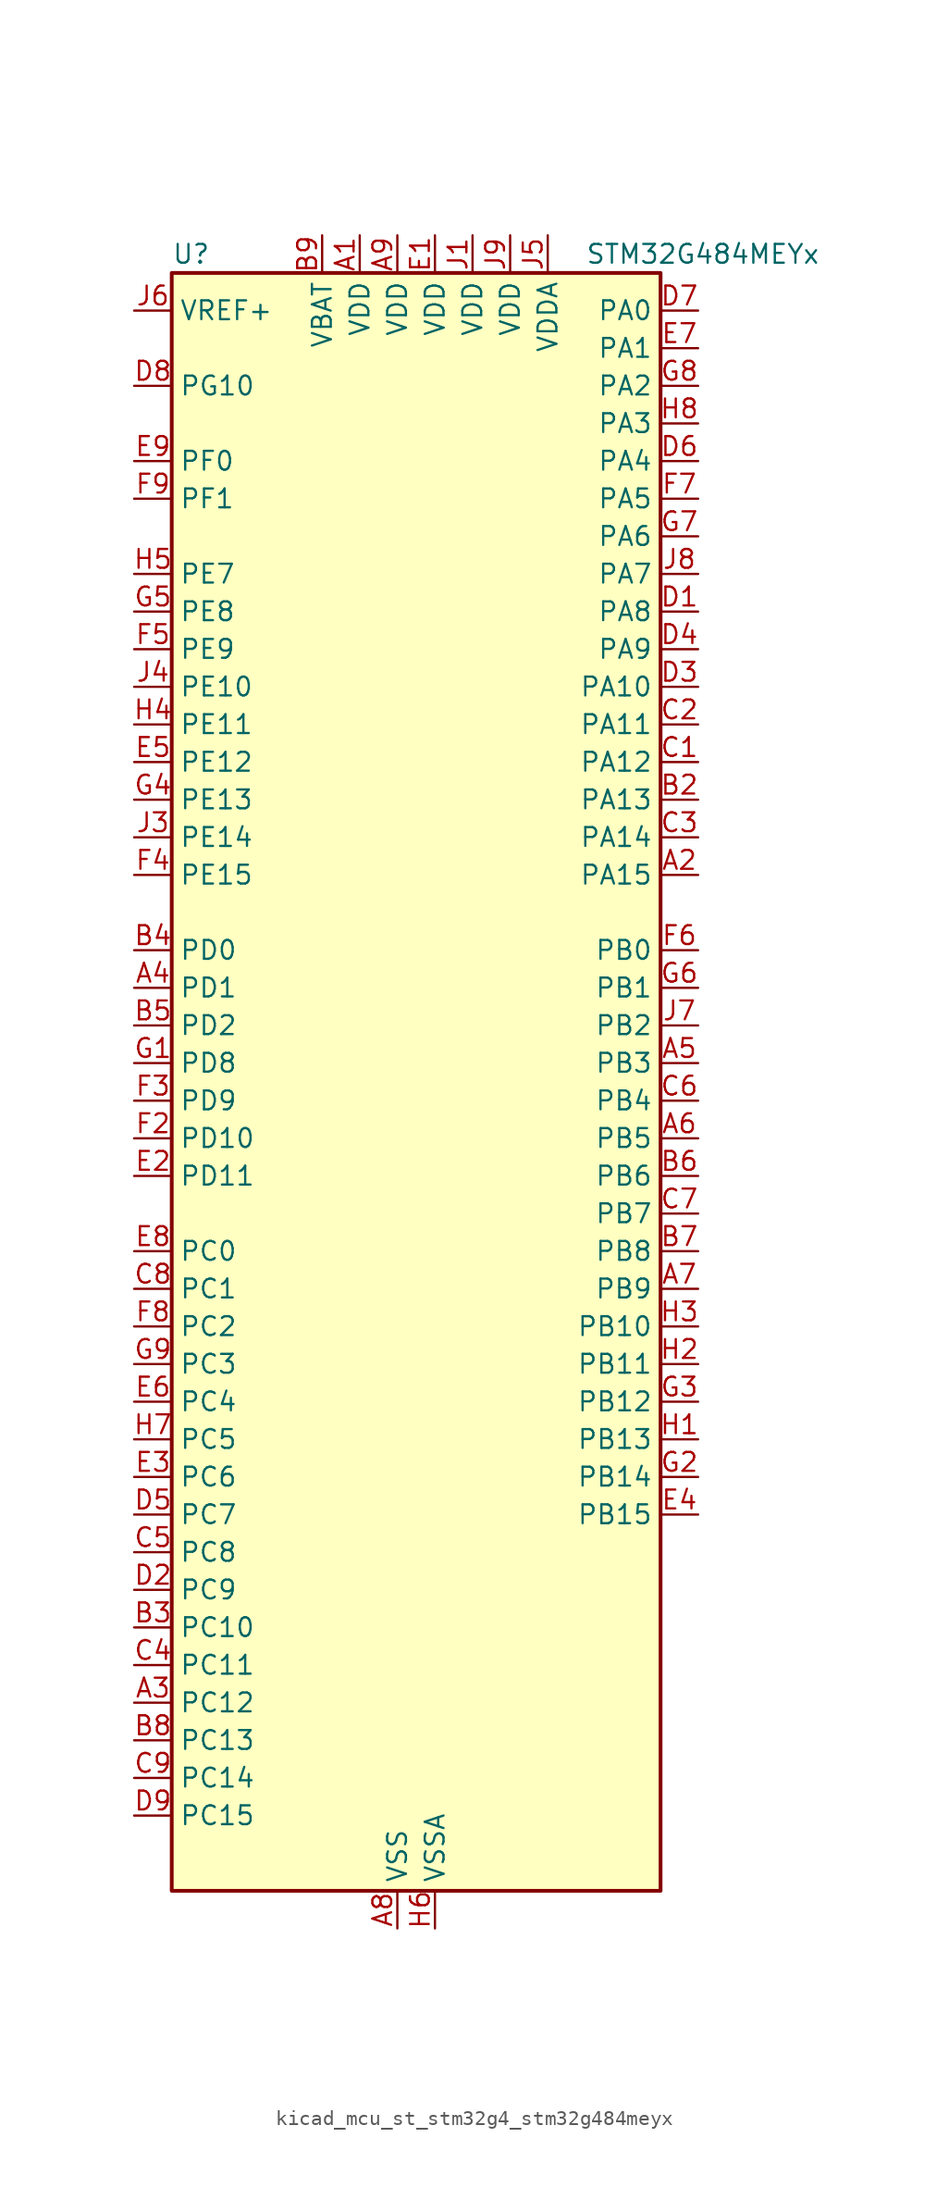
<source format=kicad_sym>
(kicad_symbol_lib
  (version 20220914)
  (generator kicad_symbol_editor)
  (symbol "kicad_mcu_st_stm32g4_stm32g484meyx"
    (property "Reference" "U"
      (at -15.24 57.15 0)
      (effects (font (size 1.27 1.27)) (justify left)))
    (property "Value" "STM32G484MEYx"
      (at 12.7 57.15 0)
      (effects (font (size 1.27 1.27)) (justify left)))
    (property "ki_locked" ""
      (at 0 0 0)
      (effects (font (size 1.27 1.27))))
    (symbol "kicad_mcu_st_stm32g4_stm32g484meyx_0_1"
      (rectangle (start -15.24 -53.34) (end 17.78 55.88) (stroke (width 0.254) (type default)) (fill (type background))))
    (symbol "kicad_mcu_st_stm32g4_stm32g484meyx_1_1"
      (pin power_in line (at -2.54 58.42 270) (length 2.54) (name "VDD" (effects (font (size 1.27 1.27)))) (number "A1" (effects (font (size 1.27 1.27)))))
      (pin bidirectional line (at 20.32 15.24 180) (length 2.54) (name "PA15" (effects (font (size 1.27 1.27)))) (number "A2" (effects (font (size 1.27 1.27)))) (alternate "ADC1_EXTI15" bidirectional line) (alternate "ADC2_EXTI15" bidirectional line) (alternate "FDCAN3_TX" bidirectional line) (alternate "HRTIM1_FLT2" bidirectional line) (alternate "I2C1_SCL" bidirectional line) (alternate "I2S3_WS" bidirectional line) (alternate "SPI1_NSS" bidirectional line) (alternate "SPI3_NSS" bidirectional line) (alternate "SYS_JTDI" bidirectional line) (alternate "TIM1_BKIN" bidirectional line) (alternate "TIM2_CH1" bidirectional line) (alternate "TIM2_ETR" bidirectional line) (alternate "TIM8_CH1" bidirectional line) (alternate "UART4_DE" bidirectional line) (alternate "UART4_RTS" bidirectional line) (alternate "USART2_RX" bidirectional line))
      (pin bidirectional line (at -17.78 -40.64 0) (length 2.54) (name "PC12" (effects (font (size 1.27 1.27)))) (number "A3" (effects (font (size 1.27 1.27)))) (alternate "HRTIM1_EEV1" bidirectional line) (alternate "I2S3_SD" bidirectional line) (alternate "SPI3_MOSI" bidirectional line) (alternate "TIM5_CH2" bidirectional line) (alternate "TIM8_CH3N" bidirectional line) (alternate "UART5_TX" bidirectional line) (alternate "UCPD1_FRSTX1" bidirectional line) (alternate "UCPD1_FRSTX2" bidirectional line) (alternate "USART3_CK" bidirectional line))
      (pin bidirectional line (at -17.78 7.62 0) (length 2.54) (name "PD1" (effects (font (size 1.27 1.27)))) (number "A4" (effects (font (size 1.27 1.27)))) (alternate "FDCAN1_TX" bidirectional line) (alternate "TIM8_BKIN2" bidirectional line) (alternate "TIM8_CH4" bidirectional line))
      (pin bidirectional line (at 20.32 2.54 180) (length 2.54) (name "PB3" (effects (font (size 1.27 1.27)))) (number "A5" (effects (font (size 1.27 1.27)))) (alternate "ADC3_EXTI3" bidirectional line) (alternate "ADC4_EXTI3" bidirectional line) (alternate "ADC5_EXTI3" bidirectional line) (alternate "CRS_SYNC" bidirectional line) (alternate "FDCAN3_RX" bidirectional line) (alternate "HRTIM1_EEV9" bidirectional line) (alternate "HRTIM1_SCOUT" bidirectional line) (alternate "I2S3_CK" bidirectional line) (alternate "SAI1_SCK_B" bidirectional line) (alternate "SPI1_SCK" bidirectional line) (alternate "SPI3_SCK" bidirectional line) (alternate "SYS_JTDO-SWO" bidirectional line) (alternate "TIM2_CH2" bidirectional line) (alternate "TIM3_ETR" bidirectional line) (alternate "TIM4_ETR" bidirectional line) (alternate "TIM8_CH1N" bidirectional line) (alternate "USART2_TX" bidirectional line))
      (pin bidirectional line (at 20.32 -2.54 180) (length 2.54) (name "PB5" (effects (font (size 1.27 1.27)))) (number "A6" (effects (font (size 1.27 1.27)))) (alternate "FDCAN2_RX" bidirectional line) (alternate "HRTIM1_EEV6" bidirectional line) (alternate "I2C1_SMBA" bidirectional line) (alternate "I2C3_SDA" bidirectional line) (alternate "I2S3_SD" bidirectional line) (alternate "LPTIM1_IN1" bidirectional line) (alternate "SAI1_SD_B" bidirectional line) (alternate "SPI1_MOSI" bidirectional line) (alternate "SPI3_MOSI" bidirectional line) (alternate "TIM16_BKIN" bidirectional line) (alternate "TIM17_CH1" bidirectional line) (alternate "TIM3_CH2" bidirectional line) (alternate "TIM8_CH3N" bidirectional line) (alternate "UART5_CTS" bidirectional line) (alternate "USART2_CK" bidirectional line))
      (pin bidirectional line (at 20.32 -12.7 180) (length 2.54) (name "PB9" (effects (font (size 1.27 1.27)))) (number "A7" (effects (font (size 1.27 1.27)))) (alternate "COMP2_OUT" bidirectional line) (alternate "DAC1_EXTI9" bidirectional line) (alternate "DAC2_EXTI9" bidirectional line) (alternate "DAC3_EXTI9" bidirectional line) (alternate "DAC4_EXTI9" bidirectional line) (alternate "FDCAN1_TX" bidirectional line) (alternate "HRTIM1_EEV5" bidirectional line) (alternate "I2C1_SDA" bidirectional line) (alternate "IR_OUT" bidirectional line) (alternate "SAI1_D2" bidirectional line) (alternate "SAI1_FS_A" bidirectional line) (alternate "TIM17_CH1" bidirectional line) (alternate "TIM1_CH3N" bidirectional line) (alternate "TIM4_CH4" bidirectional line) (alternate "TIM8_CH3" bidirectional line) (alternate "USART3_TX" bidirectional line))
      (pin power_in line (at 0 -55.88 90) (length 2.54) (name "VSS" (effects (font (size 1.27 1.27)))) (number "A8" (effects (font (size 1.27 1.27)))))
      (pin power_in line (at 0 58.42 270) (length 2.54) (name "VDD" (effects (font (size 1.27 1.27)))) (number "A9" (effects (font (size 1.27 1.27)))))
      (pin passive line (at 0 -55.88 90) (length 2.54) hide (name "VSS" (effects (font (size 1.27 1.27)))) (number "B1" (effects (font (size 1.27 1.27)))))
      (pin bidirectional line (at 20.32 20.32 180) (length 2.54) (name "PA13" (effects (font (size 1.27 1.27)))) (number "B2" (effects (font (size 1.27 1.27)))) (alternate "I2C1_SCL" bidirectional line) (alternate "I2C4_SCL" bidirectional line) (alternate "IR_OUT" bidirectional line) (alternate "SAI1_SD_B" bidirectional line) (alternate "SYS_JTMS-SWDIO" bidirectional line) (alternate "TIM16_CH1N" bidirectional line) (alternate "TIM4_CH3" bidirectional line) (alternate "USART3_CTS" bidirectional line) (alternate "USART3_NSS" bidirectional line))
      (pin bidirectional line (at -17.78 -35.56 0) (length 2.54) (name "PC10" (effects (font (size 1.27 1.27)))) (number "B3" (effects (font (size 1.27 1.27)))) (alternate "DAC1_EXTI10" bidirectional line) (alternate "DAC2_EXTI10" bidirectional line) (alternate "DAC3_EXTI10" bidirectional line) (alternate "DAC4_EXTI10" bidirectional line) (alternate "HRTIM1_FLT6" bidirectional line) (alternate "I2S3_CK" bidirectional line) (alternate "SPI3_SCK" bidirectional line) (alternate "TIM8_CH1N" bidirectional line) (alternate "UART4_TX" bidirectional line) (alternate "USART3_TX" bidirectional line))
      (pin bidirectional line (at -17.78 10.16 0) (length 2.54) (name "PD0" (effects (font (size 1.27 1.27)))) (number "B4" (effects (font (size 1.27 1.27)))) (alternate "FDCAN1_RX" bidirectional line) (alternate "TIM8_CH4N" bidirectional line))
      (pin bidirectional line (at -17.78 5.08 0) (length 2.54) (name "PD2" (effects (font (size 1.27 1.27)))) (number "B5" (effects (font (size 1.27 1.27)))) (alternate "ADC3_EXTI2" bidirectional line) (alternate "ADC4_EXTI2" bidirectional line) (alternate "ADC5_EXTI2" bidirectional line) (alternate "TIM3_ETR" bidirectional line) (alternate "TIM8_BKIN" bidirectional line) (alternate "UART5_RX" bidirectional line))
      (pin bidirectional line (at 20.32 -5.08 180) (length 2.54) (name "PB6" (effects (font (size 1.27 1.27)))) (number "B6" (effects (font (size 1.27 1.27)))) (alternate "COMP4_OUT" bidirectional line) (alternate "FDCAN2_TX" bidirectional line) (alternate "HRTIM1_EEV4" bidirectional line) (alternate "HRTIM1_SCIN" bidirectional line) (alternate "LPTIM1_ETR" bidirectional line) (alternate "SAI1_FS_B" bidirectional line) (alternate "TIM16_CH1N" bidirectional line) (alternate "TIM4_CH1" bidirectional line) (alternate "TIM8_BKIN2" bidirectional line) (alternate "TIM8_CH1" bidirectional line) (alternate "TIM8_ETR" bidirectional line) (alternate "UCPD1_CC1" bidirectional line) (alternate "USART1_TX" bidirectional line))
      (pin bidirectional line (at 20.32 -10.16 180) (length 2.54) (name "PB8" (effects (font (size 1.27 1.27)))) (number "B7" (effects (font (size 1.27 1.27)))) (alternate "COMP1_OUT" bidirectional line) (alternate "FDCAN1_RX" bidirectional line) (alternate "HRTIM1_EEV8" bidirectional line) (alternate "I2C1_SCL" bidirectional line) (alternate "SAI1_CK1" bidirectional line) (alternate "SAI1_MCLK_A" bidirectional line) (alternate "TIM16_CH1" bidirectional line) (alternate "TIM1_BKIN" bidirectional line) (alternate "TIM4_CH3" bidirectional line) (alternate "TIM8_CH2" bidirectional line) (alternate "USART3_RX" bidirectional line))
      (pin bidirectional line (at -17.78 -43.18 0) (length 2.54) (name "PC13" (effects (font (size 1.27 1.27)))) (number "B8" (effects (font (size 1.27 1.27)))) (alternate "RTC_OUT1" bidirectional line) (alternate "RTC_TAMP1" bidirectional line) (alternate "RTC_TS" bidirectional line) (alternate "SYS_WKUP2" bidirectional line) (alternate "TIM1_BKIN" bidirectional line) (alternate "TIM1_CH1N" bidirectional line) (alternate "TIM8_CH4N" bidirectional line))
      (pin power_in line (at -5.08 58.42 270) (length 2.54) (name "VBAT" (effects (font (size 1.27 1.27)))) (number "B9" (effects (font (size 1.27 1.27)))))
      (pin bidirectional line (at 20.32 22.86 180) (length 2.54) (name "PA12" (effects (font (size 1.27 1.27)))) (number "C1" (effects (font (size 1.27 1.27)))) (alternate "COMP2_OUT" bidirectional line) (alternate "FDCAN1_TX" bidirectional line) (alternate "HRTIM1_FLT1" bidirectional line) (alternate "I2S_CKIN" bidirectional line) (alternate "TIM16_CH1" bidirectional line) (alternate "TIM1_CH2N" bidirectional line) (alternate "TIM1_ETR" bidirectional line) (alternate "TIM4_CH2" bidirectional line) (alternate "USART1_DE" bidirectional line) (alternate "USART1_RTS" bidirectional line) (alternate "USB_DP" bidirectional line))
      (pin bidirectional line (at 20.32 25.4 180) (length 2.54) (name "PA11" (effects (font (size 1.27 1.27)))) (number "C2" (effects (font (size 1.27 1.27)))) (alternate "ADC1_EXTI11" bidirectional line) (alternate "ADC2_EXTI11" bidirectional line) (alternate "COMP1_OUT" bidirectional line) (alternate "FDCAN1_RX" bidirectional line) (alternate "HRTIM1_CHB2" bidirectional line) (alternate "I2S2_SD" bidirectional line) (alternate "SPI2_MOSI" bidirectional line) (alternate "TIM1_BKIN2" bidirectional line) (alternate "TIM1_CH1N" bidirectional line) (alternate "TIM1_CH4" bidirectional line) (alternate "TIM4_CH1" bidirectional line) (alternate "USART1_CTS" bidirectional line) (alternate "USART1_NSS" bidirectional line) (alternate "USB_DM" bidirectional line))
      (pin bidirectional line (at 20.32 17.78 180) (length 2.54) (name "PA14" (effects (font (size 1.27 1.27)))) (number "C3" (effects (font (size 1.27 1.27)))) (alternate "I2C1_SDA" bidirectional line) (alternate "I2C4_SMBA" bidirectional line) (alternate "LPTIM1_OUT" bidirectional line) (alternate "SAI1_FS_B" bidirectional line) (alternate "SYS_JTCK-SWCLK" bidirectional line) (alternate "TIM1_BKIN" bidirectional line) (alternate "TIM8_CH2" bidirectional line) (alternate "USART2_TX" bidirectional line))
      (pin bidirectional line (at -17.78 -38.1 0) (length 2.54) (name "PC11" (effects (font (size 1.27 1.27)))) (number "C4" (effects (font (size 1.27 1.27)))) (alternate "ADC1_EXTI11" bidirectional line) (alternate "ADC2_EXTI11" bidirectional line) (alternate "HRTIM1_EEV2" bidirectional line) (alternate "I2C3_SDA" bidirectional line) (alternate "SPI3_MISO" bidirectional line) (alternate "TIM8_CH2N" bidirectional line) (alternate "UART4_RX" bidirectional line) (alternate "USART3_RX" bidirectional line))
      (pin bidirectional line (at -17.78 -30.48 0) (length 2.54) (name "PC8" (effects (font (size 1.27 1.27)))) (number "C5" (effects (font (size 1.27 1.27)))) (alternate "COMP7_OUT" bidirectional line) (alternate "HRTIM1_CHE1" bidirectional line) (alternate "I2C3_SCL" bidirectional line) (alternate "TIM20_CH3" bidirectional line) (alternate "TIM3_CH3" bidirectional line) (alternate "TIM8_CH3" bidirectional line))
      (pin bidirectional line (at 20.32 0 180) (length 2.54) (name "PB4" (effects (font (size 1.27 1.27)))) (number "C6" (effects (font (size 1.27 1.27)))) (alternate "FDCAN3_TX" bidirectional line) (alternate "HRTIM1_EEV7" bidirectional line) (alternate "SAI1_MCLK_B" bidirectional line) (alternate "SPI1_MISO" bidirectional line) (alternate "SPI3_MISO" bidirectional line) (alternate "SYS_JTRST" bidirectional line) (alternate "TIM16_CH1" bidirectional line) (alternate "TIM17_BKIN" bidirectional line) (alternate "TIM3_CH1" bidirectional line) (alternate "TIM8_CH2N" bidirectional line) (alternate "UART5_DE" bidirectional line) (alternate "UART5_RTS" bidirectional line) (alternate "UCPD1_CC2" bidirectional line) (alternate "USART2_RX" bidirectional line))
      (pin bidirectional line (at 20.32 -7.62 180) (length 2.54) (name "PB7" (effects (font (size 1.27 1.27)))) (number "C7" (effects (font (size 1.27 1.27)))) (alternate "COMP3_OUT" bidirectional line) (alternate "HRTIM1_EEV3" bidirectional line) (alternate "I2C1_SDA" bidirectional line) (alternate "I2C4_SDA" bidirectional line) (alternate "LPTIM1_IN2" bidirectional line) (alternate "SYS_PVD_IN" bidirectional line) (alternate "TIM17_CH1N" bidirectional line) (alternate "TIM3_CH4" bidirectional line) (alternate "TIM4_CH2" bidirectional line) (alternate "TIM8_BKIN" bidirectional line) (alternate "UART4_CTS" bidirectional line) (alternate "USART1_RX" bidirectional line))
      (pin bidirectional line (at -17.78 -12.7 0) (length 2.54) (name "PC1" (effects (font (size 1.27 1.27)))) (number "C8" (effects (font (size 1.27 1.27)))) (alternate "ADC1_IN7" bidirectional line) (alternate "ADC2_IN7" bidirectional line) (alternate "COMP3_INP" bidirectional line) (alternate "LPTIM1_OUT" bidirectional line) (alternate "LPUART1_TX" bidirectional line) (alternate "QUADSPI1_BK2_IO0" bidirectional line) (alternate "SAI1_SD_A" bidirectional line) (alternate "TIM1_CH2" bidirectional line))
      (pin bidirectional line (at -17.78 -45.72 0) (length 2.54) (name "PC14" (effects (font (size 1.27 1.27)))) (number "C9" (effects (font (size 1.27 1.27)))) (alternate "RCC_OSC32_IN" bidirectional line))
      (pin bidirectional line (at 20.32 33.02 180) (length 2.54) (name "PA8" (effects (font (size 1.27 1.27)))) (number "D1" (effects (font (size 1.27 1.27)))) (alternate "ADC5_IN1" bidirectional line) (alternate "COMP7_OUT" bidirectional line) (alternate "FDCAN3_RX" bidirectional line) (alternate "HRTIM1_CHA1" bidirectional line) (alternate "I2C2_SDA" bidirectional line) (alternate "I2C3_SCL" bidirectional line) (alternate "I2S2_MCK" bidirectional line) (alternate "OPAMP5_VOUT" bidirectional line) (alternate "RCC_MCO" bidirectional line) (alternate "SAI1_CK2" bidirectional line) (alternate "SAI1_SCK_A" bidirectional line) (alternate "TIM1_CH1" bidirectional line) (alternate "TIM4_ETR" bidirectional line) (alternate "USART1_CK" bidirectional line))
      (pin bidirectional line (at -17.78 -33.02 0) (length 2.54) (name "PC9" (effects (font (size 1.27 1.27)))) (number "D2" (effects (font (size 1.27 1.27)))) (alternate "DAC1_EXTI9" bidirectional line) (alternate "DAC2_EXTI9" bidirectional line) (alternate "DAC3_EXTI9" bidirectional line) (alternate "DAC4_EXTI9" bidirectional line) (alternate "HRTIM1_CHE2" bidirectional line) (alternate "I2C3_SDA" bidirectional line) (alternate "I2S_CKIN" bidirectional line) (alternate "TIM3_CH4" bidirectional line) (alternate "TIM8_BKIN2" bidirectional line) (alternate "TIM8_CH4" bidirectional line))
      (pin bidirectional line (at 20.32 27.94 180) (length 2.54) (name "PA10" (effects (font (size 1.27 1.27)))) (number "D3" (effects (font (size 1.27 1.27)))) (alternate "COMP6_OUT" bidirectional line) (alternate "CRS_SYNC" bidirectional line) (alternate "DAC1_EXTI10" bidirectional line) (alternate "DAC2_EXTI10" bidirectional line) (alternate "DAC3_EXTI10" bidirectional line) (alternate "DAC4_EXTI10" bidirectional line) (alternate "HRTIM1_CHB1" bidirectional line) (alternate "I2C2_SMBA" bidirectional line) (alternate "SAI1_D1" bidirectional line) (alternate "SAI1_SD_A" bidirectional line) (alternate "SPI2_MISO" bidirectional line) (alternate "TIM17_BKIN" bidirectional line) (alternate "TIM1_CH3" bidirectional line) (alternate "TIM2_CH4" bidirectional line) (alternate "TIM8_BKIN" bidirectional line) (alternate "UCPD1_DBCC2" bidirectional line) (alternate "USART1_RX" bidirectional line))
      (pin bidirectional line (at 20.32 30.48 180) (length 2.54) (name "PA9" (effects (font (size 1.27 1.27)))) (number "D4" (effects (font (size 1.27 1.27)))) (alternate "ADC5_IN2" bidirectional line) (alternate "COMP5_OUT" bidirectional line) (alternate "DAC1_EXTI9" bidirectional line) (alternate "DAC2_EXTI9" bidirectional line) (alternate "DAC3_EXTI9" bidirectional line) (alternate "DAC4_EXTI9" bidirectional line) (alternate "HRTIM1_CHA2" bidirectional line) (alternate "I2C2_SCL" bidirectional line) (alternate "I2C3_SMBA" bidirectional line) (alternate "I2S3_MCK" bidirectional line) (alternate "SAI1_FS_A" bidirectional line) (alternate "TIM15_BKIN" bidirectional line) (alternate "TIM1_CH2" bidirectional line) (alternate "TIM2_CH3" bidirectional line) (alternate "UCPD1_DBCC1" bidirectional line) (alternate "USART1_TX" bidirectional line))
      (pin bidirectional line (at -17.78 -27.94 0) (length 2.54) (name "PC7" (effects (font (size 1.27 1.27)))) (number "D5" (effects (font (size 1.27 1.27)))) (alternate "COMP5_OUT" bidirectional line) (alternate "HRTIM1_CHF2" bidirectional line) (alternate "HRTIM1_FLT5" bidirectional line) (alternate "I2C4_SDA" bidirectional line) (alternate "I2S3_MCK" bidirectional line) (alternate "TIM3_CH2" bidirectional line) (alternate "TIM8_CH2" bidirectional line))
      (pin bidirectional line (at 20.32 43.18 180) (length 2.54) (name "PA4" (effects (font (size 1.27 1.27)))) (number "D6" (effects (font (size 1.27 1.27)))) (alternate "ADC2_IN17" bidirectional line) (alternate "COMP1_INM" bidirectional line) (alternate "DAC1_OUT1" bidirectional line) (alternate "I2S3_WS" bidirectional line) (alternate "SAI1_FS_B" bidirectional line) (alternate "SPI1_NSS" bidirectional line) (alternate "SPI3_NSS" bidirectional line) (alternate "TIM3_CH2" bidirectional line) (alternate "USART2_CK" bidirectional line))
      (pin bidirectional line (at 20.32 53.34 180) (length 2.54) (name "PA0" (effects (font (size 1.27 1.27)))) (number "D7" (effects (font (size 1.27 1.27)))) (alternate "ADC1_IN1" bidirectional line) (alternate "ADC2_IN1" bidirectional line) (alternate "COMP1_INM" bidirectional line) (alternate "COMP1_OUT" bidirectional line) (alternate "COMP3_INP" bidirectional line) (alternate "RTC_TAMP2" bidirectional line) (alternate "SYS_WKUP1" bidirectional line) (alternate "TIM2_CH1" bidirectional line) (alternate "TIM2_ETR" bidirectional line) (alternate "TIM5_CH1" bidirectional line) (alternate "TIM8_BKIN" bidirectional line) (alternate "TIM8_ETR" bidirectional line) (alternate "USART2_CTS" bidirectional line) (alternate "USART2_NSS" bidirectional line))
      (pin bidirectional line (at -17.78 48.26 0) (length 2.54) (name "PG10" (effects (font (size 1.27 1.27)))) (number "D8" (effects (font (size 1.27 1.27)))) (alternate "DAC1_EXTI10" bidirectional line) (alternate "DAC2_EXTI10" bidirectional line) (alternate "DAC3_EXTI10" bidirectional line) (alternate "DAC4_EXTI10" bidirectional line) (alternate "RCC_MCO" bidirectional line))
      (pin bidirectional line (at -17.78 -48.26 0) (length 2.54) (name "PC15" (effects (font (size 1.27 1.27)))) (number "D9" (effects (font (size 1.27 1.27)))) (alternate "ADC1_EXTI15" bidirectional line) (alternate "ADC2_EXTI15" bidirectional line) (alternate "RCC_OSC32_OUT" bidirectional line))
      (pin power_in line (at 2.54 58.42 270) (length 2.54) (name "VDD" (effects (font (size 1.27 1.27)))) (number "E1" (effects (font (size 1.27 1.27)))))
      (pin bidirectional line (at -17.78 -5.08 0) (length 2.54) (name "PD11" (effects (font (size 1.27 1.27)))) (number "E2" (effects (font (size 1.27 1.27)))) (alternate "ADC1_EXTI11" bidirectional line) (alternate "ADC2_EXTI11" bidirectional line) (alternate "ADC3_IN8" bidirectional line) (alternate "ADC4_IN8" bidirectional line) (alternate "ADC5_IN8" bidirectional line) (alternate "COMP6_INP" bidirectional line) (alternate "I2C4_SMBA" bidirectional line) (alternate "OPAMP4_VINP" bidirectional line) (alternate "OPAMP4_VINP_SEC" bidirectional line) (alternate "TIM5_ETR" bidirectional line) (alternate "USART3_CTS" bidirectional line) (alternate "USART3_NSS" bidirectional line))
      (pin bidirectional line (at -17.78 -25.4 0) (length 2.54) (name "PC6" (effects (font (size 1.27 1.27)))) (number "E3" (effects (font (size 1.27 1.27)))) (alternate "COMP6_OUT" bidirectional line) (alternate "HRTIM1_CHF1" bidirectional line) (alternate "HRTIM1_EEV10" bidirectional line) (alternate "I2C4_SCL" bidirectional line) (alternate "I2S2_MCK" bidirectional line) (alternate "TIM3_CH1" bidirectional line) (alternate "TIM8_CH1" bidirectional line))
      (pin bidirectional line (at 20.32 -27.94 180) (length 2.54) (name "PB15" (effects (font (size 1.27 1.27)))) (number "E4" (effects (font (size 1.27 1.27)))) (alternate "ADC1_EXTI15" bidirectional line) (alternate "ADC2_EXTI15" bidirectional line) (alternate "ADC2_IN15" bidirectional line) (alternate "ADC4_IN5" bidirectional line) (alternate "COMP3_OUT" bidirectional line) (alternate "COMP6_INM" bidirectional line) (alternate "HRTIM1_CHD2" bidirectional line) (alternate "I2S2_SD" bidirectional line) (alternate "OPAMP5_VINM" bidirectional line) (alternate "OPAMP5_VINM0" bidirectional line) (alternate "OPAMP5_VINM_SEC" bidirectional line) (alternate "RTC_REFIN" bidirectional line) (alternate "SPI2_MOSI" bidirectional line) (alternate "TIM15_CH1N" bidirectional line) (alternate "TIM15_CH2" bidirectional line) (alternate "TIM1_CH3N" bidirectional line))
      (pin bidirectional line (at -17.78 22.86 0) (length 2.54) (name "PE12" (effects (font (size 1.27 1.27)))) (number "E5" (effects (font (size 1.27 1.27)))) (alternate "ADC3_IN16" bidirectional line) (alternate "ADC4_IN16" bidirectional line) (alternate "ADC5_IN16" bidirectional line) (alternate "QUADSPI1_BK1_IO0" bidirectional line) (alternate "SPI4_SCK" bidirectional line) (alternate "TIM1_CH3N" bidirectional line))
      (pin bidirectional line (at -17.78 -20.32 0) (length 2.54) (name "PC4" (effects (font (size 1.27 1.27)))) (number "E6" (effects (font (size 1.27 1.27)))) (alternate "ADC2_IN5" bidirectional line) (alternate "I2C2_SCL" bidirectional line) (alternate "QUADSPI1_BK2_IO3" bidirectional line) (alternate "TIM1_ETR" bidirectional line) (alternate "USART1_TX" bidirectional line))
      (pin bidirectional line (at 20.32 50.8 180) (length 2.54) (name "PA1" (effects (font (size 1.27 1.27)))) (number "E7" (effects (font (size 1.27 1.27)))) (alternate "ADC1_IN2" bidirectional line) (alternate "ADC2_IN2" bidirectional line) (alternate "COMP1_INP" bidirectional line) (alternate "OPAMP1_VINP" bidirectional line) (alternate "OPAMP1_VINP_SEC" bidirectional line) (alternate "OPAMP3_VINP" bidirectional line) (alternate "OPAMP3_VINP_SEC" bidirectional line) (alternate "OPAMP6_VINM" bidirectional line) (alternate "OPAMP6_VINM0" bidirectional line) (alternate "OPAMP6_VINM_SEC" bidirectional line) (alternate "RTC_REFIN" bidirectional line) (alternate "TIM15_CH1N" bidirectional line) (alternate "TIM2_CH2" bidirectional line) (alternate "TIM5_CH2" bidirectional line) (alternate "USART2_DE" bidirectional line) (alternate "USART2_RTS" bidirectional line))
      (pin bidirectional line (at -17.78 -10.16 0) (length 2.54) (name "PC0" (effects (font (size 1.27 1.27)))) (number "E8" (effects (font (size 1.27 1.27)))) (alternate "ADC1_IN6" bidirectional line) (alternate "ADC2_IN6" bidirectional line) (alternate "COMP3_INM" bidirectional line) (alternate "LPTIM1_IN1" bidirectional line) (alternate "LPUART1_RX" bidirectional line) (alternate "TIM1_CH1" bidirectional line))
      (pin bidirectional line (at -17.78 43.18 0) (length 2.54) (name "PF0" (effects (font (size 1.27 1.27)))) (number "E9" (effects (font (size 1.27 1.27)))) (alternate "ADC1_IN10" bidirectional line) (alternate "I2C2_SDA" bidirectional line) (alternate "I2S2_WS" bidirectional line) (alternate "RCC_OSC_IN" bidirectional line) (alternate "SPI2_NSS" bidirectional line) (alternate "TIM1_CH3N" bidirectional line))
      (pin passive line (at 0 -55.88 90) (length 2.54) hide (name "VSS" (effects (font (size 1.27 1.27)))) (number "F1" (effects (font (size 1.27 1.27)))))
      (pin bidirectional line (at -17.78 -2.54 0) (length 2.54) (name "PD10" (effects (font (size 1.27 1.27)))) (number "F2" (effects (font (size 1.27 1.27)))) (alternate "ADC3_IN7" bidirectional line) (alternate "ADC4_IN7" bidirectional line) (alternate "ADC5_IN7" bidirectional line) (alternate "COMP6_INM" bidirectional line) (alternate "DAC1_EXTI10" bidirectional line) (alternate "DAC2_EXTI10" bidirectional line) (alternate "DAC3_EXTI10" bidirectional line) (alternate "DAC4_EXTI10" bidirectional line) (alternate "USART3_CK" bidirectional line))
      (pin bidirectional line (at -17.78 0 0) (length 2.54) (name "PD9" (effects (font (size 1.27 1.27)))) (number "F3" (effects (font (size 1.27 1.27)))) (alternate "ADC4_IN13" bidirectional line) (alternate "ADC5_IN13" bidirectional line) (alternate "DAC1_EXTI9" bidirectional line) (alternate "DAC2_EXTI9" bidirectional line) (alternate "DAC3_EXTI9" bidirectional line) (alternate "DAC4_EXTI9" bidirectional line) (alternate "OPAMP6_VINP" bidirectional line) (alternate "OPAMP6_VINP_SEC" bidirectional line) (alternate "USART3_RX" bidirectional line))
      (pin bidirectional line (at -17.78 15.24 0) (length 2.54) (name "PE15" (effects (font (size 1.27 1.27)))) (number "F4" (effects (font (size 1.27 1.27)))) (alternate "ADC1_EXTI15" bidirectional line) (alternate "ADC2_EXTI15" bidirectional line) (alternate "ADC4_IN2" bidirectional line) (alternate "QUADSPI1_BK1_IO3" bidirectional line) (alternate "TIM1_BKIN" bidirectional line) (alternate "TIM1_CH4N" bidirectional line) (alternate "USART3_RX" bidirectional line))
      (pin bidirectional line (at -17.78 30.48 0) (length 2.54) (name "PE9" (effects (font (size 1.27 1.27)))) (number "F5" (effects (font (size 1.27 1.27)))) (alternate "ADC3_IN2" bidirectional line) (alternate "DAC1_EXTI9" bidirectional line) (alternate "DAC2_EXTI9" bidirectional line) (alternate "DAC3_EXTI9" bidirectional line) (alternate "DAC4_EXTI9" bidirectional line) (alternate "SAI1_FS_B" bidirectional line) (alternate "TIM1_CH1" bidirectional line) (alternate "TIM5_CH4" bidirectional line))
      (pin bidirectional line (at 20.32 10.16 180) (length 2.54) (name "PB0" (effects (font (size 1.27 1.27)))) (number "F6" (effects (font (size 1.27 1.27)))) (alternate "ADC1_IN15" bidirectional line) (alternate "ADC3_IN12" bidirectional line) (alternate "COMP4_INP" bidirectional line) (alternate "HRTIM1_FLT5" bidirectional line) (alternate "OPAMP2_VINP" bidirectional line) (alternate "OPAMP2_VINP_SEC" bidirectional line) (alternate "OPAMP3_VINP" bidirectional line) (alternate "OPAMP3_VINP_SEC" bidirectional line) (alternate "QUADSPI1_BK1_IO1" bidirectional line) (alternate "TIM1_CH2N" bidirectional line) (alternate "TIM3_CH3" bidirectional line) (alternate "TIM8_CH2N" bidirectional line) (alternate "UCPD1_FRSTX1" bidirectional line) (alternate "UCPD1_FRSTX2" bidirectional line))
      (pin bidirectional line (at 20.32 40.64 180) (length 2.54) (name "PA5" (effects (font (size 1.27 1.27)))) (number "F7" (effects (font (size 1.27 1.27)))) (alternate "ADC2_IN13" bidirectional line) (alternate "COMP2_INM" bidirectional line) (alternate "DAC1_OUT2" bidirectional line) (alternate "OPAMP2_VINM" bidirectional line) (alternate "OPAMP2_VINM0" bidirectional line) (alternate "OPAMP2_VINM_SEC" bidirectional line) (alternate "SPI1_SCK" bidirectional line) (alternate "TIM2_CH1" bidirectional line) (alternate "TIM2_ETR" bidirectional line) (alternate "UCPD1_FRSTX1" bidirectional line) (alternate "UCPD1_FRSTX2" bidirectional line))
      (pin bidirectional line (at -17.78 -15.24 0) (length 2.54) (name "PC2" (effects (font (size 1.27 1.27)))) (number "F8" (effects (font (size 1.27 1.27)))) (alternate "ADC1_IN8" bidirectional line) (alternate "ADC2_IN8" bidirectional line) (alternate "ADC3_EXTI2" bidirectional line) (alternate "ADC4_EXTI2" bidirectional line) (alternate "ADC5_EXTI2" bidirectional line) (alternate "COMP3_OUT" bidirectional line) (alternate "LPTIM1_IN2" bidirectional line) (alternate "QUADSPI1_BK2_IO1" bidirectional line) (alternate "TIM1_CH3" bidirectional line) (alternate "TIM20_CH2" bidirectional line))
      (pin bidirectional line (at -17.78 40.64 0) (length 2.54) (name "PF1" (effects (font (size 1.27 1.27)))) (number "F9" (effects (font (size 1.27 1.27)))) (alternate "ADC2_IN10" bidirectional line) (alternate "COMP3_INM" bidirectional line) (alternate "I2S2_CK" bidirectional line) (alternate "RCC_OSC_OUT" bidirectional line) (alternate "SPI2_SCK" bidirectional line))
      (pin bidirectional line (at -17.78 2.54 0) (length 2.54) (name "PD8" (effects (font (size 1.27 1.27)))) (number "G1" (effects (font (size 1.27 1.27)))) (alternate "ADC4_IN12" bidirectional line) (alternate "ADC5_IN12" bidirectional line) (alternate "OPAMP4_VINM" bidirectional line) (alternate "OPAMP4_VINM1" bidirectional line) (alternate "OPAMP4_VINM_SEC" bidirectional line) (alternate "USART3_TX" bidirectional line))
      (pin bidirectional line (at 20.32 -25.4 180) (length 2.54) (name "PB14" (effects (font (size 1.27 1.27)))) (number "G2" (effects (font (size 1.27 1.27)))) (alternate "ADC1_IN5" bidirectional line) (alternate "ADC4_IN4" bidirectional line) (alternate "COMP4_OUT" bidirectional line) (alternate "COMP7_INP" bidirectional line) (alternate "HRTIM1_CHD1" bidirectional line) (alternate "OPAMP2_VINP" bidirectional line) (alternate "OPAMP2_VINP_SEC" bidirectional line) (alternate "OPAMP5_VINP" bidirectional line) (alternate "OPAMP5_VINP_SEC" bidirectional line) (alternate "SPI2_MISO" bidirectional line) (alternate "TIM15_CH1" bidirectional line) (alternate "TIM1_CH2N" bidirectional line) (alternate "USART3_DE" bidirectional line) (alternate "USART3_RTS" bidirectional line))
      (pin bidirectional line (at 20.32 -20.32 180) (length 2.54) (name "PB12" (effects (font (size 1.27 1.27)))) (number "G3" (effects (font (size 1.27 1.27)))) (alternate "ADC1_IN11" bidirectional line) (alternate "ADC4_IN3" bidirectional line) (alternate "COMP7_INM" bidirectional line) (alternate "FDCAN2_RX" bidirectional line) (alternate "HRTIM1_CHC1" bidirectional line) (alternate "I2C2_SMBA" bidirectional line) (alternate "I2S2_WS" bidirectional line) (alternate "LPUART1_DE" bidirectional line) (alternate "LPUART1_RTS" bidirectional line) (alternate "OPAMP4_VOUT" bidirectional line) (alternate "OPAMP6_VINP" bidirectional line) (alternate "OPAMP6_VINP_SEC" bidirectional line) (alternate "SPI2_NSS" bidirectional line) (alternate "TIM1_BKIN" bidirectional line) (alternate "TIM5_ETR" bidirectional line) (alternate "USART3_CK" bidirectional line))
      (pin bidirectional line (at -17.78 20.32 0) (length 2.54) (name "PE13" (effects (font (size 1.27 1.27)))) (number "G4" (effects (font (size 1.27 1.27)))) (alternate "ADC3_IN3" bidirectional line) (alternate "QUADSPI1_BK1_IO1" bidirectional line) (alternate "SPI4_MISO" bidirectional line) (alternate "TIM1_CH3" bidirectional line))
      (pin bidirectional line (at -17.78 33.02 0) (length 2.54) (name "PE8" (effects (font (size 1.27 1.27)))) (number "G5" (effects (font (size 1.27 1.27)))) (alternate "ADC3_IN6" bidirectional line) (alternate "ADC4_IN6" bidirectional line) (alternate "ADC5_IN6" bidirectional line) (alternate "COMP4_INM" bidirectional line) (alternate "SAI1_SCK_B" bidirectional line) (alternate "TIM1_CH1N" bidirectional line) (alternate "TIM5_CH3" bidirectional line))
      (pin bidirectional line (at 20.32 7.62 180) (length 2.54) (name "PB1" (effects (font (size 1.27 1.27)))) (number "G6" (effects (font (size 1.27 1.27)))) (alternate "ADC1_IN12" bidirectional line) (alternate "ADC3_IN1" bidirectional line) (alternate "COMP1_INP" bidirectional line) (alternate "COMP4_OUT" bidirectional line) (alternate "HRTIM1_SCOUT" bidirectional line) (alternate "LPUART1_DE" bidirectional line) (alternate "LPUART1_RTS" bidirectional line) (alternate "OPAMP3_VOUT" bidirectional line) (alternate "OPAMP6_VINM" bidirectional line) (alternate "OPAMP6_VINM1" bidirectional line) (alternate "OPAMP6_VINM_SEC" bidirectional line) (alternate "QUADSPI1_BK1_IO0" bidirectional line) (alternate "TIM1_CH3N" bidirectional line) (alternate "TIM3_CH4" bidirectional line) (alternate "TIM8_CH3N" bidirectional line))
      (pin bidirectional line (at 20.32 38.1 180) (length 2.54) (name "PA6" (effects (font (size 1.27 1.27)))) (number "G7" (effects (font (size 1.27 1.27)))) (alternate "ADC2_IN3" bidirectional line) (alternate "COMP1_OUT" bidirectional line) (alternate "DAC2_OUT1" bidirectional line) (alternate "LPUART1_CTS" bidirectional line) (alternate "OPAMP2_VOUT" bidirectional line) (alternate "QUADSPI1_BK1_IO3" bidirectional line) (alternate "SPI1_MISO" bidirectional line) (alternate "TIM16_CH1" bidirectional line) (alternate "TIM1_BKIN" bidirectional line) (alternate "TIM3_CH1" bidirectional line) (alternate "TIM8_BKIN" bidirectional line))
      (pin bidirectional line (at 20.32 48.26 180) (length 2.54) (name "PA2" (effects (font (size 1.27 1.27)))) (number "G8" (effects (font (size 1.27 1.27)))) (alternate "ADC1_IN3" bidirectional line) (alternate "ADC3_EXTI2" bidirectional line) (alternate "ADC4_EXTI2" bidirectional line) (alternate "ADC5_EXTI2" bidirectional line) (alternate "COMP2_INM" bidirectional line) (alternate "COMP2_OUT" bidirectional line) (alternate "LPUART1_TX" bidirectional line) (alternate "OPAMP1_VOUT" bidirectional line) (alternate "QUADSPI1_BK1_NCS" bidirectional line) (alternate "RCC_LSCO" bidirectional line) (alternate "SYS_WKUP4" bidirectional line) (alternate "TIM15_CH1" bidirectional line) (alternate "TIM2_CH3" bidirectional line) (alternate "TIM5_CH3" bidirectional line) (alternate "UCPD1_FRSTX1" bidirectional line) (alternate "UCPD1_FRSTX2" bidirectional line) (alternate "USART2_TX" bidirectional line))
      (pin bidirectional line (at -17.78 -17.78 0) (length 2.54) (name "PC3" (effects (font (size 1.27 1.27)))) (number "G9" (effects (font (size 1.27 1.27)))) (alternate "ADC1_IN9" bidirectional line) (alternate "ADC2_IN9" bidirectional line) (alternate "ADC3_EXTI3" bidirectional line) (alternate "ADC4_EXTI3" bidirectional line) (alternate "ADC5_EXTI3" bidirectional line) (alternate "LPTIM1_ETR" bidirectional line) (alternate "OPAMP5_VINP" bidirectional line) (alternate "OPAMP5_VINP_SEC" bidirectional line) (alternate "QUADSPI1_BK2_IO2" bidirectional line) (alternate "SAI1_D1" bidirectional line) (alternate "SAI1_SD_A" bidirectional line) (alternate "TIM1_BKIN2" bidirectional line) (alternate "TIM1_CH4" bidirectional line))
      (pin bidirectional line (at 20.32 -22.86 180) (length 2.54) (name "PB13" (effects (font (size 1.27 1.27)))) (number "H1" (effects (font (size 1.27 1.27)))) (alternate "ADC3_IN5" bidirectional line) (alternate "COMP5_INP" bidirectional line) (alternate "FDCAN2_TX" bidirectional line) (alternate "HRTIM1_CHC2" bidirectional line) (alternate "I2S2_CK" bidirectional line) (alternate "LPUART1_CTS" bidirectional line) (alternate "OPAMP3_VINP" bidirectional line) (alternate "OPAMP3_VINP_SEC" bidirectional line) (alternate "OPAMP4_VINP" bidirectional line) (alternate "OPAMP4_VINP_SEC" bidirectional line) (alternate "OPAMP6_VINP" bidirectional line) (alternate "OPAMP6_VINP_SEC" bidirectional line) (alternate "SPI2_SCK" bidirectional line) (alternate "TIM1_CH1N" bidirectional line) (alternate "USART3_CTS" bidirectional line) (alternate "USART3_NSS" bidirectional line))
      (pin bidirectional line (at 20.32 -17.78 180) (length 2.54) (name "PB11" (effects (font (size 1.27 1.27)))) (number "H2" (effects (font (size 1.27 1.27)))) (alternate "ADC1_EXTI11" bidirectional line) (alternate "ADC1_IN14" bidirectional line) (alternate "ADC2_EXTI11" bidirectional line) (alternate "ADC2_IN14" bidirectional line) (alternate "COMP6_INP" bidirectional line) (alternate "HRTIM1_FLT4" bidirectional line) (alternate "LPUART1_TX" bidirectional line) (alternate "OPAMP4_VINP" bidirectional line) (alternate "OPAMP4_VINP_SEC" bidirectional line) (alternate "OPAMP6_VOUT" bidirectional line) (alternate "QUADSPI1_BK1_NCS" bidirectional line) (alternate "TIM2_CH4" bidirectional line) (alternate "USART3_RX" bidirectional line))
      (pin bidirectional line (at 20.32 -15.24 180) (length 2.54) (name "PB10" (effects (font (size 1.27 1.27)))) (number "H3" (effects (font (size 1.27 1.27)))) (alternate "COMP5_INM" bidirectional line) (alternate "DAC1_EXTI10" bidirectional line) (alternate "DAC2_EXTI10" bidirectional line) (alternate "DAC3_EXTI10" bidirectional line) (alternate "DAC4_EXTI10" bidirectional line) (alternate "HRTIM1_FLT3" bidirectional line) (alternate "LPUART1_RX" bidirectional line) (alternate "OPAMP3_VINM" bidirectional line) (alternate "OPAMP3_VINM1" bidirectional line) (alternate "OPAMP3_VINM_SEC" bidirectional line) (alternate "OPAMP4_VINM" bidirectional line) (alternate "OPAMP4_VINM0" bidirectional line) (alternate "OPAMP4_VINM_SEC" bidirectional line) (alternate "QUADSPI1_CLK" bidirectional line) (alternate "SAI1_SCK_A" bidirectional line) (alternate "TIM1_BKIN" bidirectional line) (alternate "TIM2_CH3" bidirectional line) (alternate "USART3_TX" bidirectional line))
      (pin bidirectional line (at -17.78 25.4 0) (length 2.54) (name "PE11" (effects (font (size 1.27 1.27)))) (number "H4" (effects (font (size 1.27 1.27)))) (alternate "ADC1_EXTI11" bidirectional line) (alternate "ADC2_EXTI11" bidirectional line) (alternate "ADC3_IN15" bidirectional line) (alternate "ADC4_IN15" bidirectional line) (alternate "ADC5_IN15" bidirectional line) (alternate "QUADSPI1_BK1_NCS" bidirectional line) (alternate "SPI4_NSS" bidirectional line) (alternate "TIM1_CH2" bidirectional line))
      (pin bidirectional line (at -17.78 35.56 0) (length 2.54) (name "PE7" (effects (font (size 1.27 1.27)))) (number "H5" (effects (font (size 1.27 1.27)))) (alternate "ADC3_IN4" bidirectional line) (alternate "COMP4_INP" bidirectional line) (alternate "SAI1_SD_B" bidirectional line) (alternate "TIM1_ETR" bidirectional line))
      (pin power_in line (at 2.54 -55.88 90) (length 2.54) (name "VSSA" (effects (font (size 1.27 1.27)))) (number "H6" (effects (font (size 1.27 1.27)))))
      (pin bidirectional line (at -17.78 -22.86 0) (length 2.54) (name "PC5" (effects (font (size 1.27 1.27)))) (number "H7" (effects (font (size 1.27 1.27)))) (alternate "ADC2_IN11" bidirectional line) (alternate "HRTIM1_EEV10" bidirectional line) (alternate "OPAMP1_VINM" bidirectional line) (alternate "OPAMP1_VINM1" bidirectional line) (alternate "OPAMP1_VINM_SEC" bidirectional line) (alternate "OPAMP2_VINM" bidirectional line) (alternate "OPAMP2_VINM1" bidirectional line) (alternate "OPAMP2_VINM_SEC" bidirectional line) (alternate "SAI1_D3" bidirectional line) (alternate "SYS_WKUP5" bidirectional line) (alternate "TIM15_BKIN" bidirectional line) (alternate "TIM1_CH4N" bidirectional line) (alternate "USART1_RX" bidirectional line))
      (pin bidirectional line (at 20.32 45.72 180) (length 2.54) (name "PA3" (effects (font (size 1.27 1.27)))) (number "H8" (effects (font (size 1.27 1.27)))) (alternate "ADC1_IN4" bidirectional line) (alternate "ADC3_EXTI3" bidirectional line) (alternate "ADC4_EXTI3" bidirectional line) (alternate "ADC5_EXTI3" bidirectional line) (alternate "COMP2_INP" bidirectional line) (alternate "LPUART1_RX" bidirectional line) (alternate "OPAMP1_VINM" bidirectional line) (alternate "OPAMP1_VINM0" bidirectional line) (alternate "OPAMP1_VINM_SEC" bidirectional line) (alternate "OPAMP1_VINP" bidirectional line) (alternate "OPAMP1_VINP_SEC" bidirectional line) (alternate "OPAMP5_VINM" bidirectional line) (alternate "OPAMP5_VINM1" bidirectional line) (alternate "OPAMP5_VINM_SEC" bidirectional line) (alternate "QUADSPI1_CLK" bidirectional line) (alternate "SAI1_CK1" bidirectional line) (alternate "SAI1_MCLK_A" bidirectional line) (alternate "TIM15_CH2" bidirectional line) (alternate "TIM2_CH4" bidirectional line) (alternate "TIM5_CH4" bidirectional line) (alternate "USART2_RX" bidirectional line))
      (pin passive line (at 0 -55.88 90) (length 2.54) hide (name "VSS" (effects (font (size 1.27 1.27)))) (number "H9" (effects (font (size 1.27 1.27)))))
      (pin power_in line (at 5.08 58.42 270) (length 2.54) (name "VDD" (effects (font (size 1.27 1.27)))) (number "J1" (effects (font (size 1.27 1.27)))))
      (pin passive line (at 0 -55.88 90) (length 2.54) hide (name "VSS" (effects (font (size 1.27 1.27)))) (number "J2" (effects (font (size 1.27 1.27)))))
      (pin bidirectional line (at -17.78 17.78 0) (length 2.54) (name "PE14" (effects (font (size 1.27 1.27)))) (number "J3" (effects (font (size 1.27 1.27)))) (alternate "ADC4_IN1" bidirectional line) (alternate "QUADSPI1_BK1_IO2" bidirectional line) (alternate "SPI4_MOSI" bidirectional line) (alternate "TIM1_BKIN2" bidirectional line) (alternate "TIM1_CH4" bidirectional line))
      (pin bidirectional line (at -17.78 27.94 0) (length 2.54) (name "PE10" (effects (font (size 1.27 1.27)))) (number "J4" (effects (font (size 1.27 1.27)))) (alternate "ADC3_IN14" bidirectional line) (alternate "ADC4_IN14" bidirectional line) (alternate "ADC5_IN14" bidirectional line) (alternate "DAC1_EXTI10" bidirectional line) (alternate "DAC2_EXTI10" bidirectional line) (alternate "DAC3_EXTI10" bidirectional line) (alternate "DAC4_EXTI10" bidirectional line) (alternate "QUADSPI1_CLK" bidirectional line) (alternate "SAI1_MCLK_B" bidirectional line) (alternate "TIM1_CH2N" bidirectional line))
      (pin power_in line (at 10.16 58.42 270) (length 2.54) (name "VDDA" (effects (font (size 1.27 1.27)))) (number "J5" (effects (font (size 1.27 1.27)))))
      (pin input line (at -17.78 53.34 0) (length 2.54) (name "VREF+" (effects (font (size 1.27 1.27)))) (number "J6" (effects (font (size 1.27 1.27)))) (alternate "VREFBUF_OUT" bidirectional line))
      (pin bidirectional line (at 20.32 5.08 180) (length 2.54) (name "PB2" (effects (font (size 1.27 1.27)))) (number "J7" (effects (font (size 1.27 1.27)))) (alternate "ADC2_IN12" bidirectional line) (alternate "ADC3_EXTI2" bidirectional line) (alternate "ADC4_EXTI2" bidirectional line) (alternate "ADC5_EXTI2" bidirectional line) (alternate "COMP4_INM" bidirectional line) (alternate "HRTIM1_SCIN" bidirectional line) (alternate "I2C3_SMBA" bidirectional line) (alternate "LPTIM1_OUT" bidirectional line) (alternate "OPAMP3_VINM" bidirectional line) (alternate "OPAMP3_VINM0" bidirectional line) (alternate "OPAMP3_VINM_SEC" bidirectional line) (alternate "QUADSPI1_BK2_IO1" bidirectional line) (alternate "RTC_OUT2" bidirectional line) (alternate "TIM20_CH1" bidirectional line) (alternate "TIM5_CH1" bidirectional line))
      (pin bidirectional line (at 20.32 35.56 180) (length 2.54) (name "PA7" (effects (font (size 1.27 1.27)))) (number "J8" (effects (font (size 1.27 1.27)))) (alternate "ADC2_IN4" bidirectional line) (alternate "COMP2_INP" bidirectional line) (alternate "COMP2_OUT" bidirectional line) (alternate "OPAMP1_VINP" bidirectional line) (alternate "OPAMP1_VINP_SEC" bidirectional line) (alternate "OPAMP2_VINP" bidirectional line) (alternate "OPAMP2_VINP_SEC" bidirectional line) (alternate "QUADSPI1_BK1_IO2" bidirectional line) (alternate "SPI1_MOSI" bidirectional line) (alternate "TIM17_CH1" bidirectional line) (alternate "TIM1_CH1N" bidirectional line) (alternate "TIM3_CH2" bidirectional line) (alternate "TIM8_CH1N" bidirectional line) (alternate "UCPD1_FRSTX1" bidirectional line) (alternate "UCPD1_FRSTX2" bidirectional line))
      (pin power_in line (at 7.62 58.42 270) (length 2.54) (name "VDD" (effects (font (size 1.27 1.27)))) (number "J9" (effects (font (size 1.27 1.27))))))))
</source>
